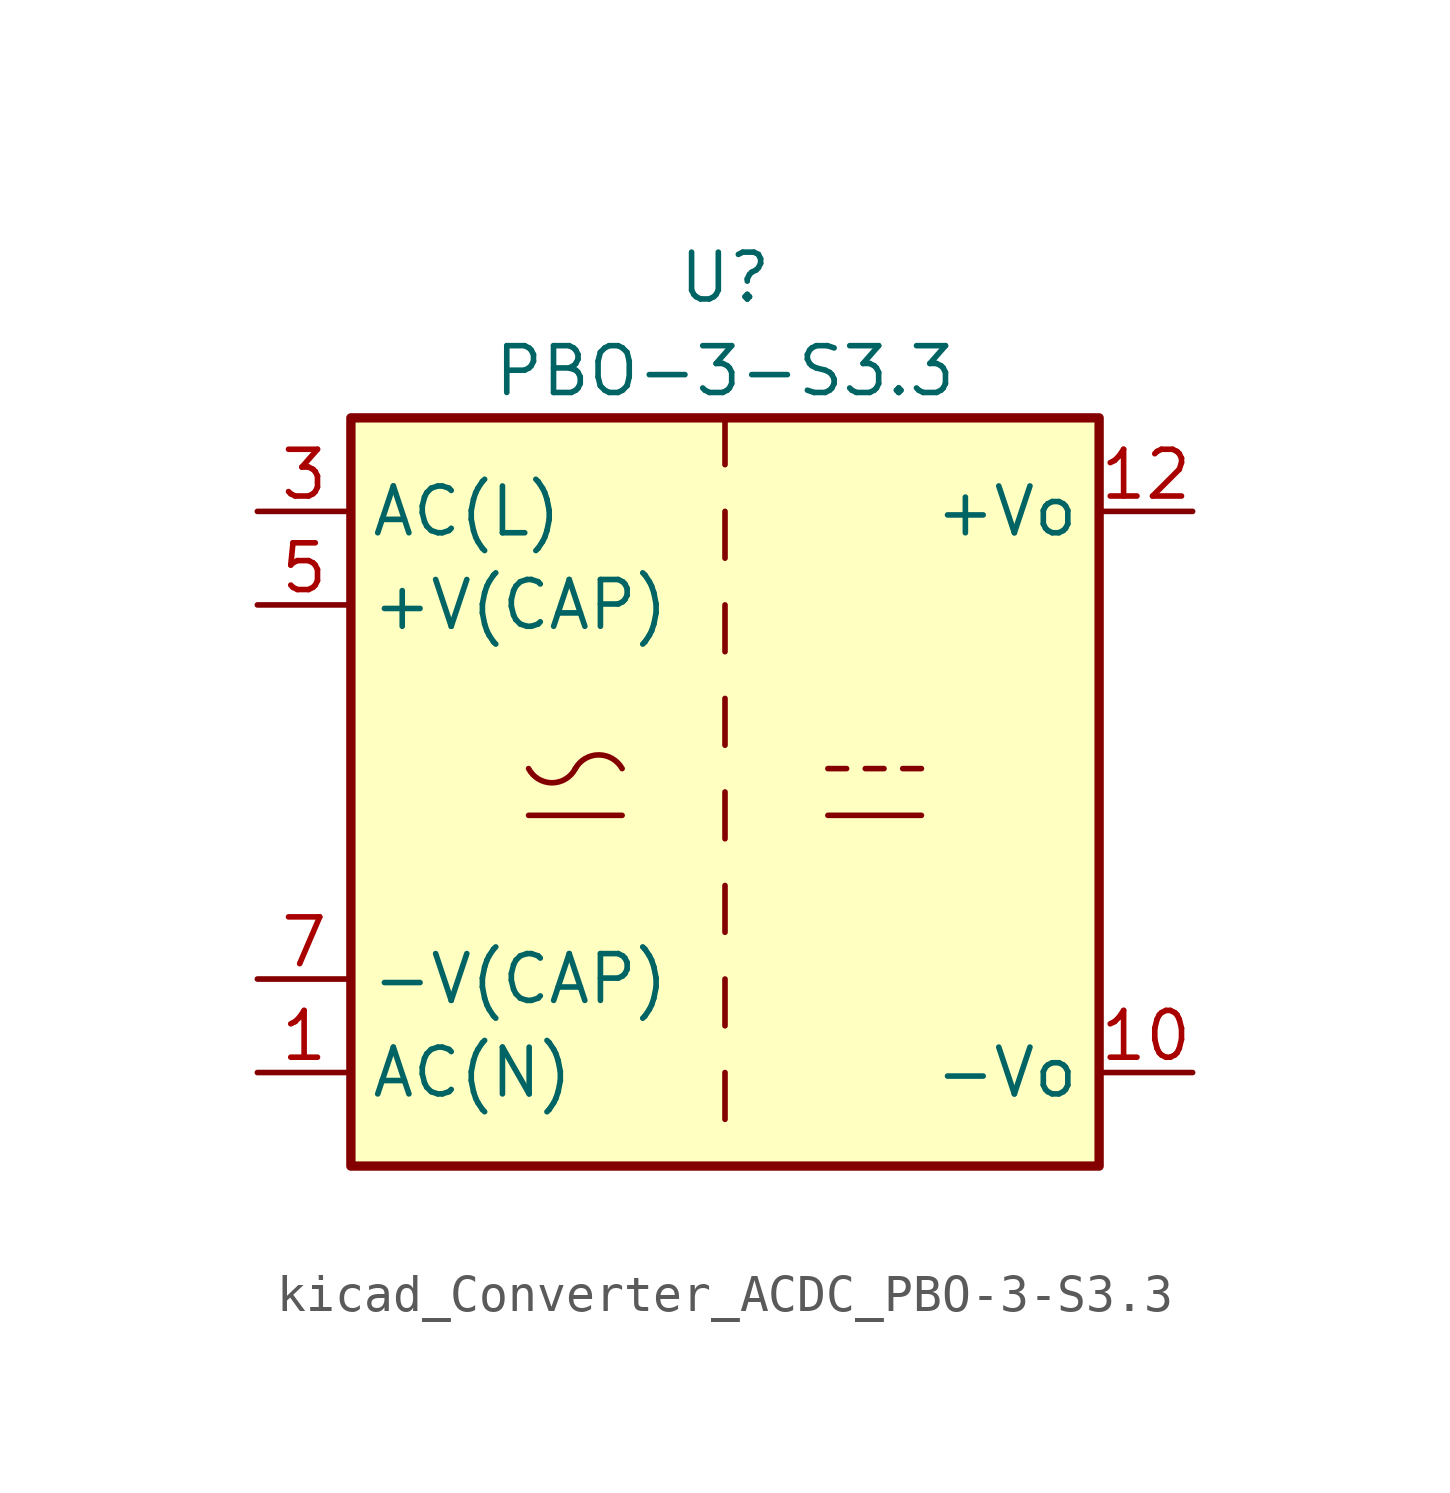
<source format=kicad_sym>
(kicad_symbol_lib
  (version 20220914)
  (generator kicad_symbol_editor)
  (symbol "kicad_Converter_ACDC_PBO-3-S3.3"
    (property "Reference" "U"
      (at 0 13.97 0)
      (effects (font (size 1.27 1.27))))
    (property "Value" "PBO-3-S3.3"
      (at 0 11.43 0)
      (effects (font (size 1.27 1.27))))
    (symbol "kicad_Converter_ACDC_PBO-3-S3.3_1_1"
      (rectangle (start -10.16 10.16) (end 10.16 -10.16) (stroke (width 0.254) (type default)) (fill (type background)))
      (arc (start -5.334 0.635) (mid -4.699 0.2495) (end -4.064 0.635) (stroke (width 0) (type default)) (fill (type none)))
      (arc (start -2.794 0.635) (mid -3.429 1.0072) (end -4.064 0.635) (stroke (width 0) (type default)) (fill (type none)))
      (polyline (pts (xy -5.334 -0.635) (xy -2.794 -0.635)) (stroke (width 0) (type default)) (fill (type none)))
      (polyline (pts (xy 0 -7.62) (xy 0 -8.89)) (stroke (width 0) (type default)) (fill (type none)))
      (polyline (pts (xy 0 -5.08) (xy 0 -6.35)) (stroke (width 0) (type default)) (fill (type none)))
      (polyline (pts (xy 0 -2.54) (xy 0 -3.81)) (stroke (width 0) (type default)) (fill (type none)))
      (polyline (pts (xy 0 0) (xy 0 -1.27)) (stroke (width 0) (type default)) (fill (type none)))
      (polyline (pts (xy 0 2.54) (xy 0 1.27)) (stroke (width 0) (type default)) (fill (type none)))
      (polyline (pts (xy 0 5.08) (xy 0 3.81)) (stroke (width 0) (type default)) (fill (type none)))
      (polyline (pts (xy 0 7.62) (xy 0 6.35)) (stroke (width 0) (type default)) (fill (type none)))
      (polyline (pts (xy 0 10.16) (xy 0 8.89)) (stroke (width 0) (type default)) (fill (type none)))
      (polyline (pts (xy 2.794 -0.635) (xy 5.334 -0.635)) (stroke (width 0) (type default)) (fill (type none)))
      (polyline (pts (xy 2.794 0.635) (xy 3.302 0.635)) (stroke (width 0) (type default)) (fill (type none)))
      (polyline (pts (xy 3.81 0.635) (xy 4.318 0.635)) (stroke (width 0) (type default)) (fill (type none)))
      (polyline (pts (xy 4.826 0.635) (xy 5.334 0.635)) (stroke (width 0) (type default)) (fill (type none)))
      (pin power_in line (at -12.7 -7.62 0) (length 2.54) (name "AC(N)" (effects (font (size 1.27 1.27)))) (number "1" (effects (font (size 1.27 1.27)))))
      (pin power_out line (at 12.7 -7.62 180) (length 2.54) (name "-Vo" (effects (font (size 1.27 1.27)))) (number "10" (effects (font (size 1.27 1.27)))))
      (pin power_out line (at 12.7 7.62 180) (length 2.54) (name "+Vo" (effects (font (size 1.27 1.27)))) (number "12" (effects (font (size 1.27 1.27)))))
      (pin power_in line (at -12.7 7.62 0) (length 2.54) (name "AC(L)" (effects (font (size 1.27 1.27)))) (number "3" (effects (font (size 1.27 1.27)))))
      (pin passive line (at -12.7 5.08 0) (length 2.54) (name "+V(CAP)" (effects (font (size 1.27 1.27)))) (number "5" (effects (font (size 1.27 1.27)))))
      (pin passive line (at -12.7 -5.08 0) (length 2.54) (name "-V(CAP)" (effects (font (size 1.27 1.27)))) (number "7" (effects (font (size 1.27 1.27))))))))
</source>
